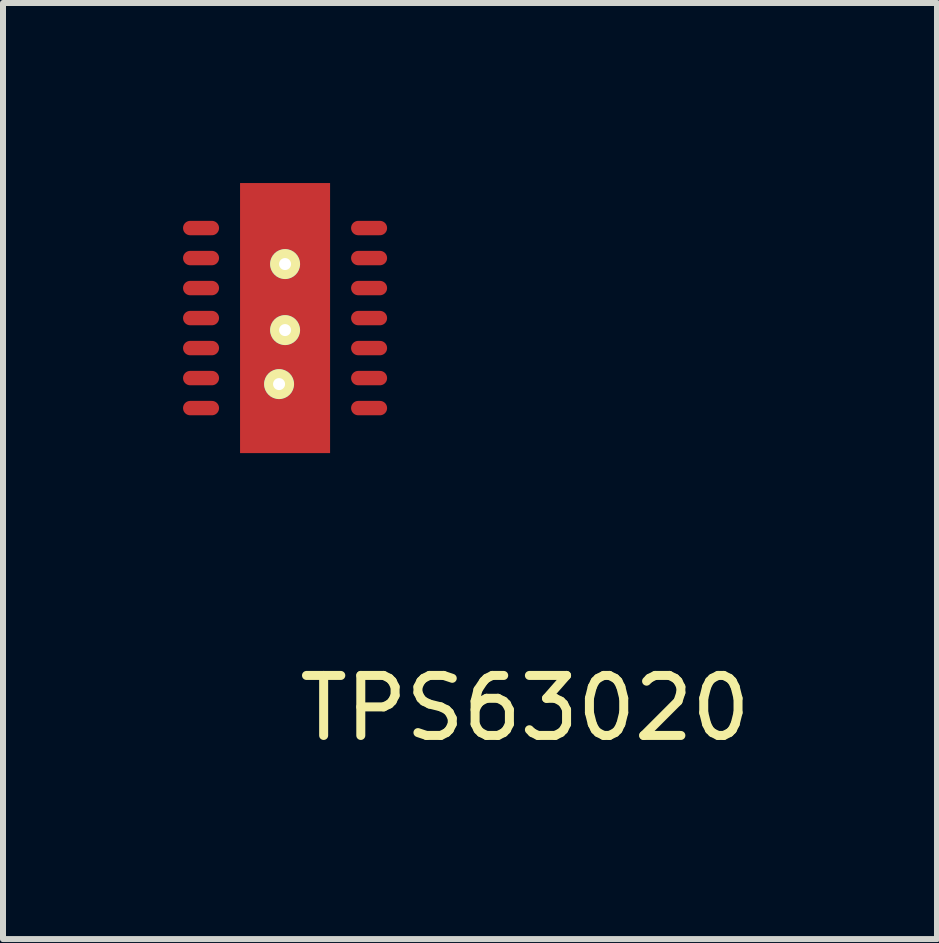
<source format=kicad_pcb>
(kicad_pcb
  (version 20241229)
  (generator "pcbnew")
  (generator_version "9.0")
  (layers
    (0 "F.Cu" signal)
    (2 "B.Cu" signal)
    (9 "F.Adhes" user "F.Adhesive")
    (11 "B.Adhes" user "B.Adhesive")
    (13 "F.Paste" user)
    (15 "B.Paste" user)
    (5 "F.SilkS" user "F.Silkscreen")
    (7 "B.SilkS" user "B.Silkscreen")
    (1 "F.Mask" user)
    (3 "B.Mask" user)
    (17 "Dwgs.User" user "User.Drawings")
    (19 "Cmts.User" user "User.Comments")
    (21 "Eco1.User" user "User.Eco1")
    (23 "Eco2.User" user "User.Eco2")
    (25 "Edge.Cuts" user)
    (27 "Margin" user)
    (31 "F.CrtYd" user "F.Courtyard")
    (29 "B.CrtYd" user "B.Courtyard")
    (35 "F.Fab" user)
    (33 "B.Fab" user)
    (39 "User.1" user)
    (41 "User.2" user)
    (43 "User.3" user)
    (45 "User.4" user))
  (footprint "TPS63020"
    (layer "F.Cu")
    (at 1.7 2.25)
    (property "Reference" "TPS63020" (at 4 6.5 0) (layer "F.SilkS") (effects (font (size 1 1) (thickness 0.15))))
    (attr through_hole)
    (pad "1" smd oval (at -1.4 -1.5) (size 0.6 0.24) (layers "F.Cu" "F.Mask" "F.Paste"))
    (pad "1" smd oval (at -1.4 -1) (size 0.6 0.24) (layers "F.Cu" "F.Mask" "F.Paste"))
    (pad "1" smd oval (at -1.4 -0.5) (size 0.6 0.24) (layers "F.Cu" "F.Mask" "F.Paste"))
    (pad "1" smd oval (at -1.4 0) (size 0.6 0.24) (layers "F.Cu" "F.Mask" "F.Paste"))
    (pad "1" smd oval (at -1.4 0.5) (size 0.6 0.24) (layers "F.Cu" "F.Mask" "F.Paste"))
    (pad "1" smd oval (at -1.4 1) (size 0.6 0.24) (layers "F.Cu" "F.Mask" "F.Paste"))
    (pad "1" smd oval (at -1.4 1.5) (size 0.6 0.24) (layers "F.Cu" "F.Mask" "F.Paste"))
    (pad "1" smd oval (at 1.4 -1.5) (size 0.6 0.24) (layers "F.Cu" "F.Mask" "F.Paste"))
    (pad "1" smd oval (at 1.4 -1) (size 0.6 0.24) (layers "F.Cu" "F.Mask" "F.Paste"))
    (pad "1" smd oval (at 1.4 -0.5) (size 0.6 0.24) (layers "F.Cu" "F.Mask" "F.Paste"))
    (pad "1" smd oval (at 1.4 0) (size 0.6 0.24) (layers "F.Cu" "F.Mask" "F.Paste"))
    (pad "1" smd oval (at 1.4 0.5) (size 0.6 0.24) (layers "F.Cu" "F.Mask" "F.Paste"))
    (pad "1" smd oval (at 1.4 1) (size 0.6 0.24) (layers "F.Cu" "F.Mask" "F.Paste"))
    (pad "1" smd oval (at 1.4 1.5) (size 0.6 0.24) (layers "F.Cu" "F.Mask" "F.Paste"))
    (pad "PAD" thru_hole circle (at -0.1 1.1) (size 0.5 0.5) (drill 0.2) (layers "*.Cu" "*.Mask" "F.SilkS"))
    (pad "PAD" thru_hole circle (at 0 -0.9) (size 0.5 0.5) (drill 0.2) (layers "*.Cu" "*.Mask" "F.SilkS"))
    (pad "PAD" smd rect (at 0 0) (size 1.5 4.5) (layers "F.Cu" "F.Mask" "F.Paste"))
    (pad "PAD" thru_hole circle (at 0 0.2) (size 0.5 0.5) (drill 0.2) (layers "*.Cu" "*.Mask" "F.SilkS")))
  (gr_rect
    (start -3 -3)
    (end 12.563 12.598)
    (stroke (width 0.1) (type default))
    (fill no)
    (layer "Edge.Cuts")))
</source>
